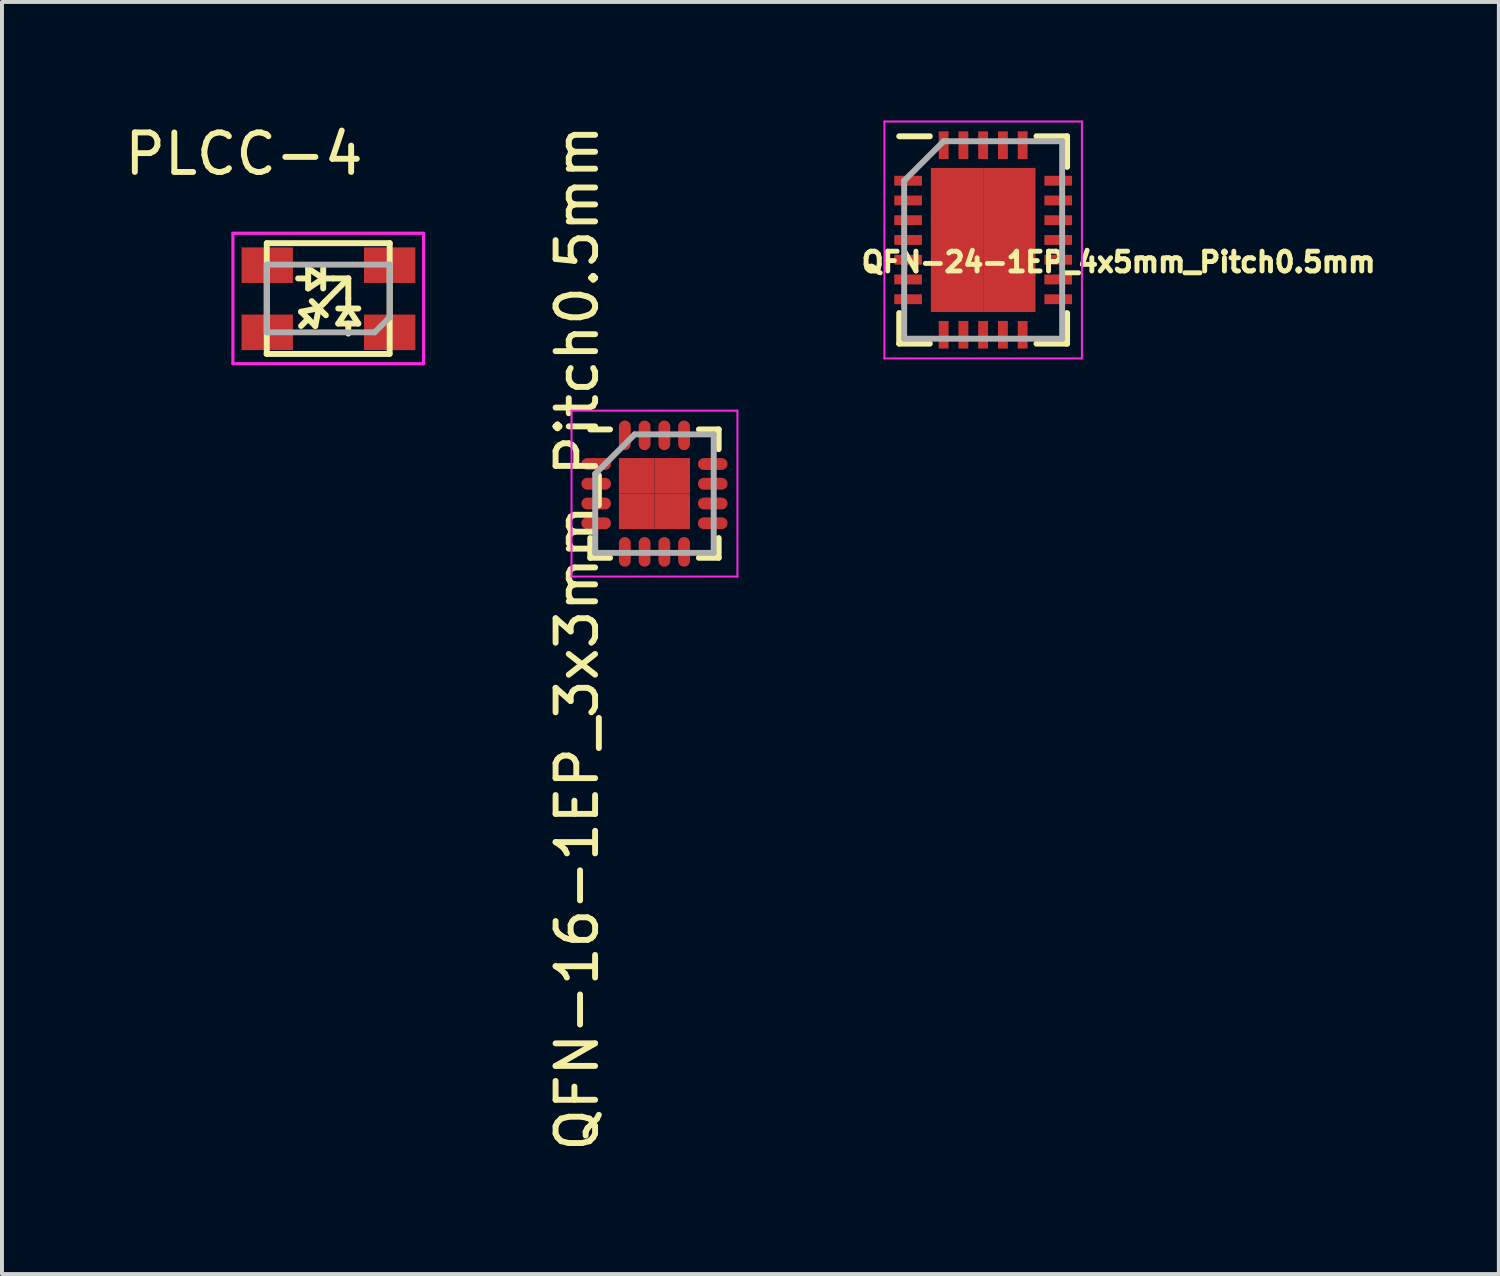
<source format=kicad_pcb>
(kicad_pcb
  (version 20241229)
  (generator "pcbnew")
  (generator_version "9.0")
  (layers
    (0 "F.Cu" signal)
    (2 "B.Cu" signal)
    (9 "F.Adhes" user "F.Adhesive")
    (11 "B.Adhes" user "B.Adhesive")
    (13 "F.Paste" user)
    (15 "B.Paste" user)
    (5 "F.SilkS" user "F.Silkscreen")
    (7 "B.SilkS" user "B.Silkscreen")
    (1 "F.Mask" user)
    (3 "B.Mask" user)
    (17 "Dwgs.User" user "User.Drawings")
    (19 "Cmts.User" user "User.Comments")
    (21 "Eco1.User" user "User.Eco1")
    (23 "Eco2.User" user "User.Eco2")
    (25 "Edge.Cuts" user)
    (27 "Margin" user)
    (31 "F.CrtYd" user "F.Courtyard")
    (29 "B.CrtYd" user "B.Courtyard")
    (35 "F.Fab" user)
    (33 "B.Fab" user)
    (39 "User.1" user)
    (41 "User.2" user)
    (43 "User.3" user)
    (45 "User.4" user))
  (footprint "QFN-16-1EP_3x3mm_Pitch0.5mm"
    (layer "F.Cu")
    (at 13.518 9.446)
    (property "Reference" "QFN-16-1EP_3x3mm_Pitch0.5mm" (at -1.958 3.655 270) (layer "F.SilkS") (effects (font (size 1 1) (thickness 0.15))))
    (attr smd)
    (fp_line (start -1.625 -1.625) (end -1.125 -1.625) (stroke (width 0.15) (type solid)) (layer "F.SilkS"))
    (fp_line (start -1.625 1.625) (end -1.625 1.125) (stroke (width 0.15) (type solid)) (layer "F.SilkS"))
    (fp_line (start -1.625 1.625) (end -1.125 1.625) (stroke (width 0.15) (type solid)) (layer "F.SilkS"))
    (fp_line (start 1.625 -1.625) (end 1.125 -1.625) (stroke (width 0.15) (type solid)) (layer "F.SilkS"))
    (fp_line (start 1.625 -1.625) (end 1.625 -1.125) (stroke (width 0.15) (type solid)) (layer "F.SilkS"))
    (fp_line (start 1.625 1.625) (end 1.125 1.625) (stroke (width 0.15) (type solid)) (layer "F.SilkS"))
    (fp_line (start 1.625 1.625) (end 1.625 1.125) (stroke (width 0.15) (type solid)) (layer "F.SilkS"))
    (fp_line (start -2.1 -2.1) (end -2.1 2.1) (stroke (width 0.05) (type solid)) (layer "F.CrtYd"))
    (fp_line (start -2.1 -2.1) (end 2.1 -2.1) (stroke (width 0.05) (type solid)) (layer "F.CrtYd"))
    (fp_line (start -2.1 2.1) (end 2.1 2.1) (stroke (width 0.05) (type solid)) (layer "F.CrtYd"))
    (fp_line (start 2.1 -2.1) (end 2.1 2.1) (stroke (width 0.05) (type solid)) (layer "F.CrtYd"))
    (fp_line (start -1.5 -0.5) (end -0.5 -1.5) (stroke (width 0.15) (type solid)) (layer "F.Fab"))
    (fp_line (start -1.5 1.5) (end -1.5 -0.5) (stroke (width 0.15) (type solid)) (layer "F.Fab"))
    (fp_line (start -0.5 -1.5) (end 1.5 -1.5) (stroke (width 0.15) (type solid)) (layer "F.Fab"))
    (fp_line (start 1.5 -1.5) (end 1.5 1.5) (stroke (width 0.15) (type solid)) (layer "F.Fab"))
    (fp_line (start 1.5 1.5) (end -1.5 1.5) (stroke (width 0.15) (type solid)) (layer "F.Fab"))
    (pad "1" smd oval (at -1.475 -0.75) (size 0.75 0.3) (layers "F.Cu" "F.Mask" "F.Paste"))
    (pad "2" smd oval (at -1.475 -0.25) (size 0.75 0.3) (layers "F.Cu" "F.Mask" "F.Paste"))
    (pad "3" smd oval (at -1.475 0.25) (size 0.75 0.3) (layers "F.Cu" "F.Mask" "F.Paste"))
    (pad "4" smd oval (at -1.475 0.75) (size 0.75 0.3) (layers "F.Cu" "F.Mask" "F.Paste"))
    (pad "5" smd oval (at -0.75 1.475 90) (size 0.75 0.3) (layers "F.Cu" "F.Mask" "F.Paste"))
    (pad "6" smd oval (at -0.25 1.475 90) (size 0.75 0.3) (layers "F.Cu" "F.Mask" "F.Paste"))
    (pad "7" smd oval (at 0.25 1.475 90) (size 0.75 0.3) (layers "F.Cu" "F.Mask" "F.Paste"))
    (pad "8" smd oval (at 0.75 1.475 90) (size 0.75 0.3) (layers "F.Cu" "F.Mask" "F.Paste"))
    (pad "9" smd oval (at 1.475 0.75) (size 0.75 0.3) (layers "F.Cu" "F.Mask" "F.Paste"))
    (pad "10" smd oval (at 1.475 0.25) (size 0.75 0.3) (layers "F.Cu" "F.Mask" "F.Paste"))
    (pad "11" smd oval (at 1.475 -0.25) (size 0.75 0.3) (layers "F.Cu" "F.Mask" "F.Paste"))
    (pad "12" smd oval (at 1.475 -0.75) (size 0.75 0.3) (layers "F.Cu" "F.Mask" "F.Paste"))
    (pad "13" smd oval (at 0.75 -1.475 90) (size 0.75 0.3) (layers "F.Cu" "F.Mask" "F.Paste"))
    (pad "14" smd oval (at 0.25 -1.475 90) (size 0.75 0.3) (layers "F.Cu" "F.Mask" "F.Paste"))
    (pad "15" smd oval (at -0.25 -1.475 90) (size 0.75 0.3) (layers "F.Cu" "F.Mask" "F.Paste"))
    (pad "16" smd oval (at -0.75 -1.475 90) (size 0.75 0.3) (layers "F.Cu" "F.Mask" "F.Paste"))
    (pad "17" smd rect (at -0.45 -0.45) (size 0.9 0.9) (layers "F.Cu" "F.Mask" "F.Paste"))
    (pad "17" smd rect (at -0.45 0.45) (size 0.9 0.9) (layers "F.Cu" "F.Mask" "F.Paste"))
    (pad "17" smd rect (at 0.45 -0.45) (size 0.9 0.9) (layers "F.Cu" "F.Mask" "F.Paste"))
    (pad "17" smd rect (at 0.45 0.45) (size 0.9 0.9) (layers "F.Cu" "F.Mask" "F.Paste")))
  (footprint "QFN-24-1EP_4x5mm_Pitch0.5mm"
    (layer "F.Cu")
    (at 21.839 3.025)
    (property "Reference" "QFN-24-1EP_4x5mm_Pitch0.5mm" (at 3.429 0.559 180) (layer "F.SilkS") (effects (font (size 0.5 0.5) (thickness 0.125))))
    (attr smd)
    (fp_line (start -2.125 -2.625) (end -1.35 -2.625) (stroke (width 0.15) (type solid)) (layer "F.SilkS"))
    (fp_line (start -2.125 2.625) (end -2.125 1.85) (stroke (width 0.15) (type solid)) (layer "F.SilkS"))
    (fp_line (start -2.125 2.625) (end -1.35 2.625) (stroke (width 0.15) (type solid)) (layer "F.SilkS"))
    (fp_line (start 2.125 -2.625) (end 1.35 -2.625) (stroke (width 0.15) (type solid)) (layer "F.SilkS"))
    (fp_line (start 2.125 -2.625) (end 2.125 -1.85) (stroke (width 0.15) (type solid)) (layer "F.SilkS"))
    (fp_line (start 2.125 2.625) (end 1.35 2.625) (stroke (width 0.15) (type solid)) (layer "F.SilkS"))
    (fp_line (start 2.125 2.625) (end 2.125 1.85) (stroke (width 0.15) (type solid)) (layer "F.SilkS"))
    (fp_line (start -2.5 -3) (end -2.5 3) (stroke (width 0.05) (type solid)) (layer "F.CrtYd"))
    (fp_line (start -2.5 -3) (end 2.5 -3) (stroke (width 0.05) (type solid)) (layer "F.CrtYd"))
    (fp_line (start -2.5 3) (end 2.5 3) (stroke (width 0.05) (type solid)) (layer "F.CrtYd"))
    (fp_line (start 2.5 -3) (end 2.5 3) (stroke (width 0.05) (type solid)) (layer "F.CrtYd"))
    (fp_line (start -2 -1.5) (end -1 -2.5) (stroke (width 0.15) (type solid)) (layer "F.Fab"))
    (fp_line (start -2 2.5) (end -2 -1.5) (stroke (width 0.15) (type solid)) (layer "F.Fab"))
    (fp_line (start -1 -2.5) (end 2 -2.5) (stroke (width 0.15) (type solid)) (layer "F.Fab"))
    (fp_line (start 2 -2.5) (end 2 2.5) (stroke (width 0.15) (type solid)) (layer "F.Fab"))
    (fp_line (start 2 2.5) (end -2 2.5) (stroke (width 0.15) (type solid)) (layer "F.Fab"))
    (pad "1" smd rect (at -1.9 -1.5) (size 0.7 0.25) (layers "F.Cu" "F.Mask" "F.Paste"))
    (pad "2" smd rect (at -1.9 -1) (size 0.7 0.25) (layers "F.Cu" "F.Mask" "F.Paste"))
    (pad "3" smd rect (at -1.9 -0.5) (size 0.7 0.25) (layers "F.Cu" "F.Mask" "F.Paste"))
    (pad "4" smd rect (at -1.9 0) (size 0.7 0.25) (layers "F.Cu" "F.Mask" "F.Paste"))
    (pad "5" smd rect (at -1.9 0.5) (size 0.7 0.25) (layers "F.Cu" "F.Mask" "F.Paste"))
    (pad "6" smd rect (at -1.9 1) (size 0.7 0.25) (layers "F.Cu" "F.Mask" "F.Paste"))
    (pad "7" smd rect (at -1.9 1.5) (size 0.7 0.25) (layers "F.Cu" "F.Mask" "F.Paste"))
    (pad "8" smd rect (at -1 2.4 90) (size 0.7 0.25) (layers "F.Cu" "F.Mask" "F.Paste"))
    (pad "9" smd rect (at -0.5 2.4 90) (size 0.7 0.25) (layers "F.Cu" "F.Mask" "F.Paste"))
    (pad "10" smd rect (at 0 2.4 90) (size 0.7 0.25) (layers "F.Cu" "F.Mask" "F.Paste"))
    (pad "11" smd rect (at 0.5 2.4 90) (size 0.7 0.25) (layers "F.Cu" "F.Mask" "F.Paste"))
    (pad "12" smd rect (at 1 2.4 90) (size 0.7 0.25) (layers "F.Cu" "F.Mask" "F.Paste"))
    (pad "13" smd rect (at 1.9 1.5) (size 0.7 0.25) (layers "F.Cu" "F.Mask" "F.Paste"))
    (pad "14" smd rect (at 1.9 1) (size 0.7 0.25) (layers "F.Cu" "F.Mask" "F.Paste"))
    (pad "15" smd rect (at 1.9 0.5) (size 0.7 0.25) (layers "F.Cu" "F.Mask" "F.Paste"))
    (pad "16" smd rect (at 1.9 0) (size 0.7 0.25) (layers "F.Cu" "F.Mask" "F.Paste"))
    (pad "17" smd rect (at 1.9 -0.5) (size 0.7 0.25) (layers "F.Cu" "F.Mask" "F.Paste"))
    (pad "18" smd rect (at 1.9 -1) (size 0.7 0.25) (layers "F.Cu" "F.Mask" "F.Paste"))
    (pad "19" smd rect (at 1.9 -1.5) (size 0.7 0.25) (layers "F.Cu" "F.Mask" "F.Paste"))
    (pad "20" smd rect (at 1 -2.4 90) (size 0.7 0.25) (layers "F.Cu" "F.Mask" "F.Paste"))
    (pad "21" smd rect (at 0.5 -2.4 90) (size 0.7 0.25) (layers "F.Cu" "F.Mask" "F.Paste"))
    (pad "22" smd rect (at 0 -2.4 90) (size 0.7 0.25) (layers "F.Cu" "F.Mask" "F.Paste"))
    (pad "23" smd rect (at -0.5 -2.4 90) (size 0.7 0.25) (layers "F.Cu" "F.Mask" "F.Paste"))
    (pad "24" smd rect (at -1 -2.4 90) (size 0.7 0.25) (layers "F.Cu" "F.Mask" "F.Paste"))
    (pad "25" smd rect (at -0.662 -0.912) (size 1.325 1.825) (layers "F.Cu" "F.Mask" "F.Paste"))
    (pad "25" smd rect (at -0.662 0.912) (size 1.325 1.825) (layers "F.Cu" "F.Mask" "F.Paste"))
    (pad "25" smd rect (at 0.662 -0.912) (size 1.325 1.825) (layers "F.Cu" "F.Mask" "F.Paste"))
    (pad "25" smd rect (at 0.662 0.912) (size 1.325 1.825) (layers "F.Cu" "F.Mask" "F.Paste")))
  (footprint "PLCC-4"
    (layer "F.Cu")
    (at 5.259 4.506)
    (property "Reference" "PLCC-4" (at -2.134 -3.658 0) (layer "F.SilkS") (effects (font (size 1 1) (thickness 0.15))))
    (attr through_hole)
    (fp_line (start -1.56 1.405) (end 1.552 1.405) (stroke (width 0.15) (type solid)) (layer "F.SilkS"))
    (fp_line (start -1.556 1.4) (end -1.556 -1.4) (stroke (width 0.15) (type solid)) (layer "F.SilkS"))
    (fp_line (start -1.554 -1.4) (end 1.557 -1.4) (stroke (width 0.15) (type solid)) (layer "F.SilkS"))
    (fp_line (start -0.687 0.336) (end -0.328 0.695) (stroke (width 0.15) (type solid)) (layer "F.SilkS"))
    (fp_line (start -0.508 -0.762) (end -0.508 -0.254) (stroke (width 0.15) (type solid)) (layer "F.SilkS"))
    (fp_line (start -0.508 -0.508) (end -0.762 -0.508) (stroke (width 0.15) (type solid)) (layer "F.SilkS"))
    (fp_line (start -0.508 -0.254) (end -0.127 -0.508) (stroke (width 0.15) (type solid)) (layer "F.SilkS"))
    (fp_line (start -0.508 0.516) (end -0.687 0.695) (stroke (width 0.15) (type solid)) (layer "F.SilkS"))
    (fp_line (start -0.418 0.067) (end -0.059 0.426) (stroke (width 0.15) (type solid)) (layer "F.SilkS"))
    (fp_line (start -0.328 0.695) (end -0.238 0.246) (stroke (width 0.15) (type solid)) (layer "F.SilkS"))
    (fp_line (start -0.238 0.246) (end -0.687 0.336) (stroke (width 0.15) (type solid)) (layer "F.SilkS"))
    (fp_line (start -0.238 0.246) (end -0.059 0.067) (stroke (width 0.15) (type solid)) (layer "F.SilkS"))
    (fp_line (start -0.127 -0.762) (end -0.127 -0.254) (stroke (width 0.15) (type solid)) (layer "F.SilkS"))
    (fp_line (start -0.127 -0.508) (end -0.508 -0.762) (stroke (width 0.15) (type solid)) (layer "F.SilkS"))
    (fp_line (start -0.127 -0.508) (end 0.127 -0.508) (stroke (width 0.15) (type solid)) (layer "F.SilkS"))
    (fp_line (start -0.127 0.127) (end 0.508 -0.508) (stroke (width 0.15) (type solid)) (layer "F.SilkS"))
    (fp_line (start 0.127 -0.508) (end 0.508 -0.508) (stroke (width 0.15) (type solid)) (layer "F.SilkS"))
    (fp_line (start 0.254 0.254) (end 0.762 0.254) (stroke (width 0.15) (type solid)) (layer "F.SilkS"))
    (fp_line (start 0.254 0.635) (end 0.762 0.635) (stroke (width 0.15) (type solid)) (layer "F.SilkS"))
    (fp_line (start 0.508 0) (end 0.508 -0.508) (stroke (width 0.15) (type solid)) (layer "F.SilkS"))
    (fp_line (start 0.508 0.254) (end 0.254 0.635) (stroke (width 0.15) (type solid)) (layer "F.SilkS"))
    (fp_line (start 0.508 0.254) (end 0.508 0) (stroke (width 0.15) (type solid)) (layer "F.SilkS"))
    (fp_line (start 0.508 0.635) (end 0.508 0.889) (stroke (width 0.15) (type solid)) (layer "F.SilkS"))
    (fp_line (start 0.762 0.635) (end 0.508 0.254) (stroke (width 0.15) (type solid)) (layer "F.SilkS"))
    (fp_line (start 1.556 1.4) (end 1.556 -1.4) (stroke (width 0.15) (type solid)) (layer "F.SilkS"))
    (fp_line (start -2.413 -1.651) (end 2.413 -1.651) (stroke (width 0.08) (type solid)) (layer "F.CrtYd"))
    (fp_line (start -2.413 1.651) (end -2.413 -1.651) (stroke (width 0.08) (type solid)) (layer "F.CrtYd"))
    (fp_line (start 2.413 -1.651) (end 2.413 1.651) (stroke (width 0.08) (type solid)) (layer "F.CrtYd"))
    (fp_line (start 2.413 1.651) (end -2.413 1.651) (stroke (width 0.08) (type solid)) (layer "F.CrtYd"))
    (fp_line (start -1.556 -0.857) (end 1.556 -0.857) (stroke (width 0.15) (type solid)) (layer "F.Fab"))
    (fp_line (start -1.556 0.857) (end -1.556 -0.857) (stroke (width 0.15) (type solid)) (layer "F.Fab"))
    (fp_line (start 1.175 0.857) (end -1.556 0.857) (stroke (width 0.15) (type solid)) (layer "F.Fab"))
    (fp_line (start 1.556 -0.857) (end 1.556 0.476) (stroke (width 0.15) (type solid)) (layer "F.Fab"))
    (fp_line (start 1.556 0.476) (end 1.175 0.857) (stroke (width 0.15) (type solid)) (layer "F.Fab"))
    (pad "1" smd rect (at 1.556 0.857) (size 1.3 0.9) (layers "F.Cu" "F.Mask" "F.Paste"))
    (pad "2" smd rect (at -1.544 0.857) (size 1.3 0.9) (layers "F.Cu" "F.Mask" "F.Paste"))
    (pad "3" smd rect (at -1.544 -0.843) (size 1.3 0.9) (layers "F.Cu" "F.Mask" "F.Paste"))
    (pad "4" smd rect (at 1.556 -0.843) (size 1.3 0.9) (layers "F.Cu" "F.Mask" "F.Paste")))
  (gr_rect
    (start -3 -3)
    (end 34.894 29.202)
    (stroke (width 0.1) (type default))
    (fill no)
    (layer "Edge.Cuts")))
</source>
